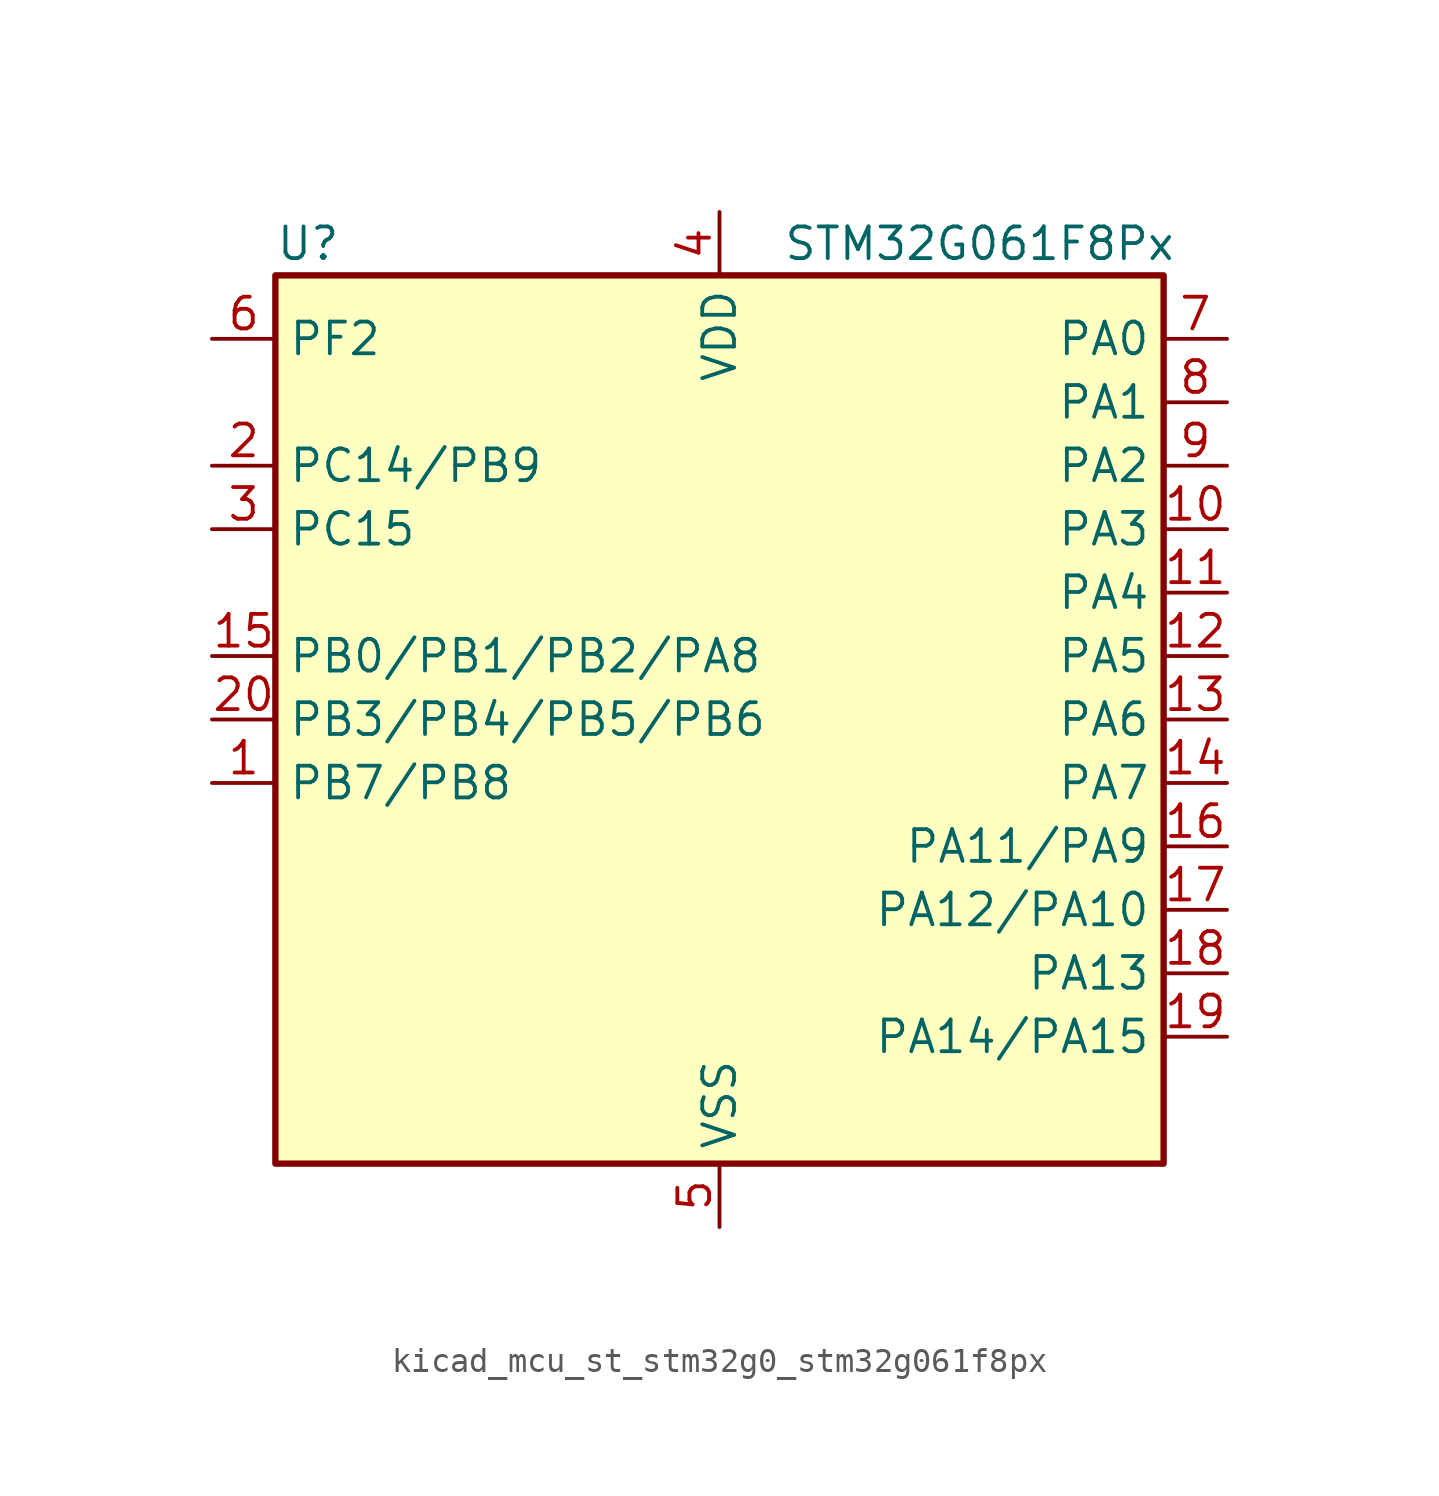
<source format=kicad_sym>
(kicad_symbol_lib
  (version 20220914)
  (generator kicad_symbol_editor)
  (symbol "kicad_mcu_st_stm32g0_stm32g061f8px"
    (property "Reference" "U"
      (at -17.78 19.05 0)
      (effects (font (size 1.27 1.27)) (justify left)))
    (property "Value" "STM32G061F8Px"
      (at 2.54 19.05 0)
      (effects (font (size 1.27 1.27)) (justify left)))
    (property "ki_locked" ""
      (at 0 0 0)
      (effects (font (size 1.27 1.27))))
    (symbol "kicad_mcu_st_stm32g0_stm32g061f8px_0_1"
      (rectangle (start -17.78 -17.78) (end 17.78 17.78) (stroke (width 0.254) (type default)) (fill (type background))))
    (symbol "kicad_mcu_st_stm32g0_stm32g061f8px_1_1"
      (pin bidirectional line (at -20.32 -2.54 0) (length 2.54) (name "PB7/PB8" (effects (font (size 1.27 1.27)))) (number "1" (effects (font (size 1.27 1.27)))) (alternate "ADC1_IN11" bidirectional line) (alternate "COMP2_INM" bidirectional line) (alternate "I2C1_SDA" bidirectional line) (alternate "LPTIM1_IN2" bidirectional line) (alternate "SPI2_MOSI" bidirectional line) (alternate "SYS_PVD_IN" bidirectional line) (alternate "TIM17_CH1N" bidirectional line) (alternate "USART1_RX" bidirectional line))
      (pin bidirectional line (at 20.32 7.62 180) (length 2.54) (name "PA3" (effects (font (size 1.27 1.27)))) (number "10" (effects (font (size 1.27 1.27)))) (alternate "ADC1_IN3" bidirectional line) (alternate "COMP2_INP" bidirectional line) (alternate "LPUART1_RX" bidirectional line) (alternate "SPI2_MISO" bidirectional line) (alternate "TIM15_CH2" bidirectional line) (alternate "TIM2_CH4" bidirectional line) (alternate "USART2_RX" bidirectional line))
      (pin bidirectional line (at 20.32 5.08 180) (length 2.54) (name "PA4" (effects (font (size 1.27 1.27)))) (number "11" (effects (font (size 1.27 1.27)))) (alternate "ADC1_IN4" bidirectional line) (alternate "DAC1_OUT1" bidirectional line) (alternate "I2S1_WS" bidirectional line) (alternate "LPTIM2_OUT" bidirectional line) (alternate "RTC_OUT1" bidirectional line) (alternate "RTC_TAMP_IN1" bidirectional line) (alternate "RTC_TS" bidirectional line) (alternate "SPI1_NSS" bidirectional line) (alternate "SPI2_MOSI" bidirectional line) (alternate "SYS_WKUP2" bidirectional line) (alternate "TIM14_CH1" bidirectional line))
      (pin bidirectional line (at 20.32 2.54 180) (length 2.54) (name "PA5" (effects (font (size 1.27 1.27)))) (number "12" (effects (font (size 1.27 1.27)))) (alternate "ADC1_IN5" bidirectional line) (alternate "DAC1_OUT2" bidirectional line) (alternate "I2S1_CK" bidirectional line) (alternate "LPTIM2_ETR" bidirectional line) (alternate "SPI1_SCK" bidirectional line) (alternate "TIM2_CH1" bidirectional line) (alternate "TIM2_ETR" bidirectional line))
      (pin bidirectional line (at 20.32 0 180) (length 2.54) (name "PA6" (effects (font (size 1.27 1.27)))) (number "13" (effects (font (size 1.27 1.27)))) (alternate "ADC1_IN6" bidirectional line) (alternate "COMP1_OUT" bidirectional line) (alternate "I2S1_MCK" bidirectional line) (alternate "LPUART1_CTS" bidirectional line) (alternate "SPI1_MISO" bidirectional line) (alternate "TIM16_CH1" bidirectional line) (alternate "TIM1_BK" bidirectional line) (alternate "TIM3_CH1" bidirectional line))
      (pin bidirectional line (at 20.32 -2.54 180) (length 2.54) (name "PA7" (effects (font (size 1.27 1.27)))) (number "14" (effects (font (size 1.27 1.27)))) (alternate "ADC1_IN7" bidirectional line) (alternate "COMP2_OUT" bidirectional line) (alternate "I2S1_SD" bidirectional line) (alternate "SPI1_MOSI" bidirectional line) (alternate "TIM14_CH1" bidirectional line) (alternate "TIM17_CH1" bidirectional line) (alternate "TIM1_CH1N" bidirectional line) (alternate "TIM3_CH2" bidirectional line))
      (pin bidirectional line (at -20.32 2.54 0) (length 2.54) (name "PB0/PB1/PB2/PA8" (effects (font (size 1.27 1.27)))) (number "15" (effects (font (size 1.27 1.27)))) (alternate "ADC1_IN8" bidirectional line) (alternate "COMP1_OUT" bidirectional line) (alternate "I2S1_WS" bidirectional line) (alternate "LPTIM1_OUT" bidirectional line) (alternate "SPI1_NSS" bidirectional line) (alternate "TIM1_CH2N" bidirectional line) (alternate "TIM3_CH3" bidirectional line))
      (pin bidirectional line (at 20.32 -5.08 180) (length 2.54) (name "PA11/PA9" (effects (font (size 1.27 1.27)))) (number "16" (effects (font (size 1.27 1.27)))) (alternate "ADC1_EXTI11" bidirectional line) (alternate "ADC1_IN15" bidirectional line) (alternate "COMP1_OUT" bidirectional line) (alternate "I2C2_SCL" bidirectional line) (alternate "I2S1_MCK" bidirectional line) (alternate "SPI1_MISO" bidirectional line) (alternate "TIM1_BK2" bidirectional line) (alternate "TIM1_CH4" bidirectional line) (alternate "USART1_CTS" bidirectional line) (alternate "USART1_NSS" bidirectional line))
      (pin bidirectional line (at 20.32 -7.62 180) (length 2.54) (name "PA12/PA10" (effects (font (size 1.27 1.27)))) (number "17" (effects (font (size 1.27 1.27)))) (alternate "ADC1_IN16" bidirectional line) (alternate "COMP2_OUT" bidirectional line) (alternate "I2C2_SDA" bidirectional line) (alternate "I2S1_SD" bidirectional line) (alternate "I2S_CKIN" bidirectional line) (alternate "SPI1_MOSI" bidirectional line) (alternate "TIM1_ETR" bidirectional line) (alternate "USART1_CK" bidirectional line) (alternate "USART1_DE" bidirectional line) (alternate "USART1_RTS" bidirectional line))
      (pin bidirectional line (at 20.32 -10.16 180) (length 2.54) (name "PA13" (effects (font (size 1.27 1.27)))) (number "18" (effects (font (size 1.27 1.27)))) (alternate "ADC1_IN17" bidirectional line) (alternate "IR_OUT" bidirectional line) (alternate "SYS_SWDIO" bidirectional line))
      (pin bidirectional line (at 20.32 -12.7 180) (length 2.54) (name "PA14/PA15" (effects (font (size 1.27 1.27)))) (number "19" (effects (font (size 1.27 1.27)))) (alternate "ADC1_IN18" bidirectional line) (alternate "SYS_SWCLK" bidirectional line) (alternate "USART2_TX" bidirectional line))
      (pin bidirectional line (at -20.32 10.16 0) (length 2.54) (name "PC14/PB9" (effects (font (size 1.27 1.27)))) (number "2" (effects (font (size 1.27 1.27)))) (alternate "RCC_OSC32_IN" bidirectional line) (alternate "RCC_OSC_IN" bidirectional line) (alternate "TIM1_BK2" bidirectional line))
      (pin bidirectional line (at -20.32 0 0) (length 2.54) (name "PB3/PB4/PB5/PB6" (effects (font (size 1.27 1.27)))) (number "20" (effects (font (size 1.27 1.27)))) (alternate "COMP2_INM" bidirectional line) (alternate "I2S1_CK" bidirectional line) (alternate "SPI1_SCK" bidirectional line) (alternate "TIM1_CH2" bidirectional line) (alternate "TIM2_CH2" bidirectional line) (alternate "USART1_CK" bidirectional line) (alternate "USART1_DE" bidirectional line) (alternate "USART1_RTS" bidirectional line))
      (pin bidirectional line (at -20.32 7.62 0) (length 2.54) (name "PC15" (effects (font (size 1.27 1.27)))) (number "3" (effects (font (size 1.27 1.27)))) (alternate "RCC_OSC32_EN" bidirectional line) (alternate "RCC_OSC32_OUT" bidirectional line) (alternate "RCC_OSC_EN" bidirectional line) (alternate "TIM15_BK" bidirectional line))
      (pin power_in line (at 0 20.32 270) (length 2.54) (name "VDD" (effects (font (size 1.27 1.27)))) (number "4" (effects (font (size 1.27 1.27)))))
      (pin power_in line (at 0 -20.32 90) (length 2.54) (name "VSS" (effects (font (size 1.27 1.27)))) (number "5" (effects (font (size 1.27 1.27)))))
      (pin bidirectional line (at -20.32 15.24 0) (length 2.54) (name "PF2" (effects (font (size 1.27 1.27)))) (number "6" (effects (font (size 1.27 1.27)))) (alternate "RCC_MCO" bidirectional line))
      (pin bidirectional line (at 20.32 15.24 180) (length 2.54) (name "PA0" (effects (font (size 1.27 1.27)))) (number "7" (effects (font (size 1.27 1.27)))) (alternate "ADC1_IN0" bidirectional line) (alternate "COMP1_INM" bidirectional line) (alternate "COMP1_OUT" bidirectional line) (alternate "LPTIM1_OUT" bidirectional line) (alternate "RTC_TAMP_IN2" bidirectional line) (alternate "SPI2_SCK" bidirectional line) (alternate "SYS_WKUP1" bidirectional line) (alternate "TIM2_CH1" bidirectional line) (alternate "TIM2_ETR" bidirectional line) (alternate "USART2_CTS" bidirectional line) (alternate "USART2_NSS" bidirectional line))
      (pin bidirectional line (at 20.32 12.7 180) (length 2.54) (name "PA1" (effects (font (size 1.27 1.27)))) (number "8" (effects (font (size 1.27 1.27)))) (alternate "ADC1_IN1" bidirectional line) (alternate "COMP1_INP" bidirectional line) (alternate "I2C1_SMBA" bidirectional line) (alternate "I2S1_CK" bidirectional line) (alternate "SPI1_SCK" bidirectional line) (alternate "TIM15_CH1N" bidirectional line) (alternate "TIM2_CH2" bidirectional line) (alternate "USART2_CK" bidirectional line) (alternate "USART2_DE" bidirectional line) (alternate "USART2_RTS" bidirectional line))
      (pin bidirectional line (at 20.32 10.16 180) (length 2.54) (name "PA2" (effects (font (size 1.27 1.27)))) (number "9" (effects (font (size 1.27 1.27)))) (alternate "ADC1_IN2" bidirectional line) (alternate "COMP2_INM" bidirectional line) (alternate "COMP2_OUT" bidirectional line) (alternate "I2S1_SD" bidirectional line) (alternate "LPUART1_TX" bidirectional line) (alternate "RCC_LSCO" bidirectional line) (alternate "SPI1_MOSI" bidirectional line) (alternate "SYS_WKUP4" bidirectional line) (alternate "TIM15_CH1" bidirectional line) (alternate "TIM2_CH3" bidirectional line) (alternate "USART2_TX" bidirectional line)))))
</source>
